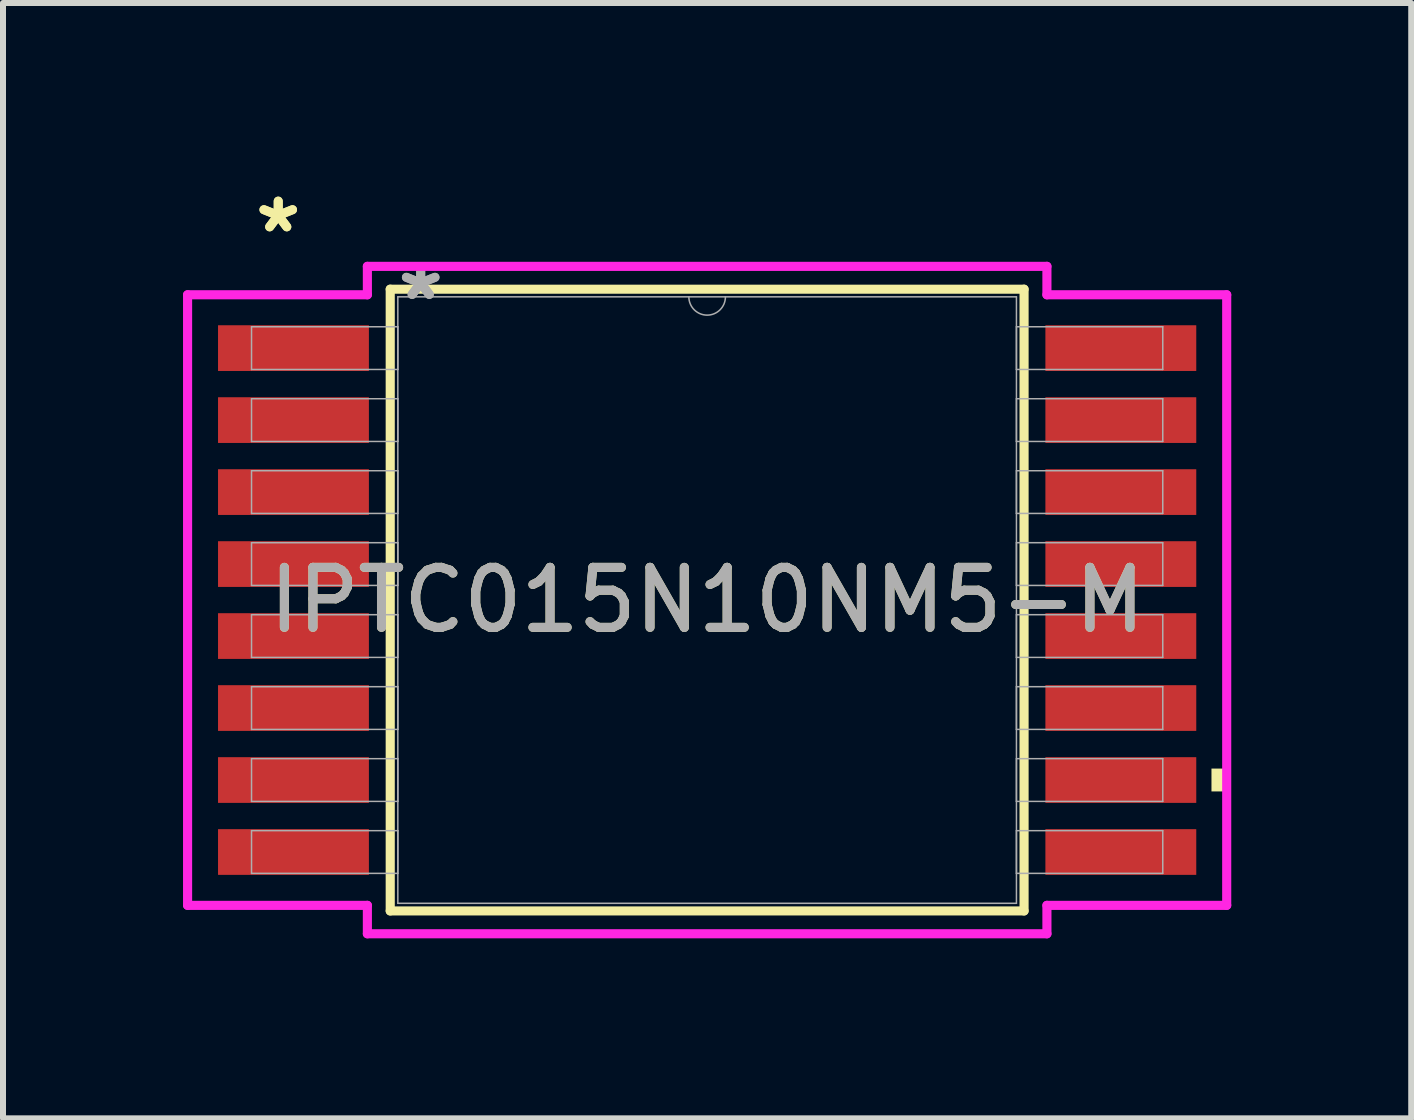
<source format=kicad_pcb>
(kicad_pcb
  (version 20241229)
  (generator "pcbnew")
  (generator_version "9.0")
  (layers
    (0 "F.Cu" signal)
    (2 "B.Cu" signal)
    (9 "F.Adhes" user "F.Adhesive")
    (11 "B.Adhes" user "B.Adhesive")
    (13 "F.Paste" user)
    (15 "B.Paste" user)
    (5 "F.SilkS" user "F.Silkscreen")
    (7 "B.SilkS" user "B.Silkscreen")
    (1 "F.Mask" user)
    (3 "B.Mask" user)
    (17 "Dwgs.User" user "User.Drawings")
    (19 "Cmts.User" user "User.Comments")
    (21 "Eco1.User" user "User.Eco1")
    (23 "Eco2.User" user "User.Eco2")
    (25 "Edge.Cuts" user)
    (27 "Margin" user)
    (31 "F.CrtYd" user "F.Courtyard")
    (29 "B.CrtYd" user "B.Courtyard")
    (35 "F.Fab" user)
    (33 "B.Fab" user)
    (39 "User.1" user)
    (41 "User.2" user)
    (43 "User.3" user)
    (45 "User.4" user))
  (footprint "IPTC015N10NM5-M"
    (layer "F.Cu")
    (at 8.738 6.953)
    (property "Reference" "IPTC015N10NM5-M" (at 0 0 0) (unlocked yes) (layer "F.SilkS") (effects (font (size 1 1) (thickness 0.15))))
    (attr smd)
    (fp_line (start -5.283 -5.182) (end -5.283 5.182) (stroke (width 0.152) (type solid)) (layer "F.SilkS"))
    (fp_line (start -5.283 5.182) (end 5.283 5.182) (stroke (width 0.152) (type solid)) (layer "F.SilkS"))
    (fp_line (start 5.283 -5.182) (end -5.283 -5.182) (stroke (width 0.152) (type solid)) (layer "F.SilkS"))
    (fp_line (start 5.283 5.182) (end 5.283 -5.182) (stroke (width 0.152) (type solid)) (layer "F.SilkS"))
    (fp_poly (pts (xy 8.661 2.809) (xy 8.661 3.19) (xy 8.407 3.19) (xy 8.407 2.809)) (stroke (width 0) (type solid)) (fill yes) (layer "F.SilkS"))
    (fp_line (start -8.661 -5.089) (end -5.664 -5.089) (stroke (width 0.152) (type solid)) (layer "F.CrtYd"))
    (fp_line (start -8.661 5.089) (end -8.661 -5.089) (stroke (width 0.152) (type solid)) (layer "F.CrtYd"))
    (fp_line (start -8.661 5.089) (end -5.664 5.089) (stroke (width 0.152) (type solid)) (layer "F.CrtYd"))
    (fp_line (start -5.664 -5.563) (end 5.664 -5.563) (stroke (width 0.152) (type solid)) (layer "F.CrtYd"))
    (fp_line (start -5.664 -5.089) (end -5.664 -5.563) (stroke (width 0.152) (type solid)) (layer "F.CrtYd"))
    (fp_line (start -5.664 5.563) (end -5.664 5.089) (stroke (width 0.152) (type solid)) (layer "F.CrtYd"))
    (fp_line (start 5.664 -5.563) (end 5.664 -5.089) (stroke (width 0.152) (type solid)) (layer "F.CrtYd"))
    (fp_line (start 5.664 5.089) (end 5.664 5.563) (stroke (width 0.152) (type solid)) (layer "F.CrtYd"))
    (fp_line (start 5.664 5.563) (end -5.664 5.563) (stroke (width 0.152) (type solid)) (layer "F.CrtYd"))
    (fp_line (start 8.661 -5.089) (end 5.664 -5.089) (stroke (width 0.152) (type solid)) (layer "F.CrtYd"))
    (fp_line (start 8.661 -5.089) (end 8.661 5.089) (stroke (width 0.152) (type solid)) (layer "F.CrtYd"))
    (fp_line (start 8.661 5.089) (end 5.664 5.089) (stroke (width 0.152) (type solid)) (layer "F.CrtYd"))
    (fp_line (start -7.595 -4.556) (end -7.595 -3.844) (stroke (width 0.025) (type solid)) (layer "F.Fab"))
    (fp_line (start -7.595 -3.844) (end -5.156 -3.844) (stroke (width 0.025) (type solid)) (layer "F.Fab"))
    (fp_line (start -7.595 -3.356) (end -7.595 -2.644) (stroke (width 0.025) (type solid)) (layer "F.Fab"))
    (fp_line (start -7.595 -2.644) (end -5.156 -2.644) (stroke (width 0.025) (type solid)) (layer "F.Fab"))
    (fp_line (start -7.595 -2.156) (end -7.595 -1.444) (stroke (width 0.025) (type solid)) (layer "F.Fab"))
    (fp_line (start -7.595 -1.444) (end -5.156 -1.444) (stroke (width 0.025) (type solid)) (layer "F.Fab"))
    (fp_line (start -7.595 -0.956) (end -7.595 -0.244) (stroke (width 0.025) (type solid)) (layer "F.Fab"))
    (fp_line (start -7.595 -0.244) (end -5.156 -0.244) (stroke (width 0.025) (type solid)) (layer "F.Fab"))
    (fp_line (start -7.595 0.244) (end -7.595 0.956) (stroke (width 0.025) (type solid)) (layer "F.Fab"))
    (fp_line (start -7.595 0.956) (end -5.156 0.956) (stroke (width 0.025) (type solid)) (layer "F.Fab"))
    (fp_line (start -7.595 1.444) (end -7.595 2.156) (stroke (width 0.025) (type solid)) (layer "F.Fab"))
    (fp_line (start -7.595 2.156) (end -5.156 2.156) (stroke (width 0.025) (type solid)) (layer "F.Fab"))
    (fp_line (start -7.595 2.644) (end -7.595 3.356) (stroke (width 0.025) (type solid)) (layer "F.Fab"))
    (fp_line (start -7.595 3.356) (end -5.156 3.356) (stroke (width 0.025) (type solid)) (layer "F.Fab"))
    (fp_line (start -7.595 3.844) (end -7.595 4.556) (stroke (width 0.025) (type solid)) (layer "F.Fab"))
    (fp_line (start -7.595 4.556) (end -5.156 4.556) (stroke (width 0.025) (type solid)) (layer "F.Fab"))
    (fp_line (start -5.156 -5.055) (end -5.156 5.055) (stroke (width 0.025) (type solid)) (layer "F.Fab"))
    (fp_line (start -5.156 -4.556) (end -7.595 -4.556) (stroke (width 0.025) (type solid)) (layer "F.Fab"))
    (fp_line (start -5.156 -3.844) (end -5.156 -4.556) (stroke (width 0.025) (type solid)) (layer "F.Fab"))
    (fp_line (start -5.156 -3.356) (end -7.595 -3.356) (stroke (width 0.025) (type solid)) (layer "F.Fab"))
    (fp_line (start -5.156 -2.644) (end -5.156 -3.356) (stroke (width 0.025) (type solid)) (layer "F.Fab"))
    (fp_line (start -5.156 -2.156) (end -7.595 -2.156) (stroke (width 0.025) (type solid)) (layer "F.Fab"))
    (fp_line (start -5.156 -1.444) (end -5.156 -2.156) (stroke (width 0.025) (type solid)) (layer "F.Fab"))
    (fp_line (start -5.156 -0.956) (end -7.595 -0.956) (stroke (width 0.025) (type solid)) (layer "F.Fab"))
    (fp_line (start -5.156 -0.244) (end -5.156 -0.956) (stroke (width 0.025) (type solid)) (layer "F.Fab"))
    (fp_line (start -5.156 0.244) (end -7.595 0.244) (stroke (width 0.025) (type solid)) (layer "F.Fab"))
    (fp_line (start -5.156 0.956) (end -5.156 0.244) (stroke (width 0.025) (type solid)) (layer "F.Fab"))
    (fp_line (start -5.156 1.444) (end -7.595 1.444) (stroke (width 0.025) (type solid)) (layer "F.Fab"))
    (fp_line (start -5.156 2.156) (end -5.156 1.444) (stroke (width 0.025) (type solid)) (layer "F.Fab"))
    (fp_line (start -5.156 2.644) (end -7.595 2.644) (stroke (width 0.025) (type solid)) (layer "F.Fab"))
    (fp_line (start -5.156 3.356) (end -5.156 2.644) (stroke (width 0.025) (type solid)) (layer "F.Fab"))
    (fp_line (start -5.156 3.844) (end -7.595 3.844) (stroke (width 0.025) (type solid)) (layer "F.Fab"))
    (fp_line (start -5.156 4.556) (end -5.156 3.844) (stroke (width 0.025) (type solid)) (layer "F.Fab"))
    (fp_line (start -5.156 5.055) (end 5.156 5.055) (stroke (width 0.025) (type solid)) (layer "F.Fab"))
    (fp_line (start 5.156 -5.055) (end -5.156 -5.055) (stroke (width 0.025) (type solid)) (layer "F.Fab"))
    (fp_line (start 5.156 -4.556) (end 5.156 -3.844) (stroke (width 0.025) (type solid)) (layer "F.Fab"))
    (fp_line (start 5.156 -3.844) (end 7.595 -3.844) (stroke (width 0.025) (type solid)) (layer "F.Fab"))
    (fp_line (start 5.156 -3.356) (end 5.156 -2.644) (stroke (width 0.025) (type solid)) (layer "F.Fab"))
    (fp_line (start 5.156 -2.644) (end 7.595 -2.644) (stroke (width 0.025) (type solid)) (layer "F.Fab"))
    (fp_line (start 5.156 -2.156) (end 5.156 -1.444) (stroke (width 0.025) (type solid)) (layer "F.Fab"))
    (fp_line (start 5.156 -1.444) (end 7.595 -1.444) (stroke (width 0.025) (type solid)) (layer "F.Fab"))
    (fp_line (start 5.156 -0.956) (end 5.156 -0.244) (stroke (width 0.025) (type solid)) (layer "F.Fab"))
    (fp_line (start 5.156 -0.244) (end 7.595 -0.244) (stroke (width 0.025) (type solid)) (layer "F.Fab"))
    (fp_line (start 5.156 0.244) (end 5.156 0.956) (stroke (width 0.025) (type solid)) (layer "F.Fab"))
    (fp_line (start 5.156 0.956) (end 7.595 0.956) (stroke (width 0.025) (type solid)) (layer "F.Fab"))
    (fp_line (start 5.156 1.444) (end 5.156 2.156) (stroke (width 0.025) (type solid)) (layer "F.Fab"))
    (fp_line (start 5.156 2.156) (end 7.595 2.156) (stroke (width 0.025) (type solid)) (layer "F.Fab"))
    (fp_line (start 5.156 2.644) (end 5.156 3.356) (stroke (width 0.025) (type solid)) (layer "F.Fab"))
    (fp_line (start 5.156 3.356) (end 7.595 3.356) (stroke (width 0.025) (type solid)) (layer "F.Fab"))
    (fp_line (start 5.156 3.844) (end 5.156 4.556) (stroke (width 0.025) (type solid)) (layer "F.Fab"))
    (fp_line (start 5.156 4.556) (end 7.595 4.556) (stroke (width 0.025) (type solid)) (layer "F.Fab"))
    (fp_line (start 5.156 5.055) (end 5.156 -5.055) (stroke (width 0.025) (type solid)) (layer "F.Fab"))
    (fp_line (start 7.595 -4.556) (end 5.156 -4.556) (stroke (width 0.025) (type solid)) (layer "F.Fab"))
    (fp_line (start 7.595 -3.844) (end 7.595 -4.556) (stroke (width 0.025) (type solid)) (layer "F.Fab"))
    (fp_line (start 7.595 -3.356) (end 5.156 -3.356) (stroke (width 0.025) (type solid)) (layer "F.Fab"))
    (fp_line (start 7.595 -2.644) (end 7.595 -3.356) (stroke (width 0.025) (type solid)) (layer "F.Fab"))
    (fp_line (start 7.595 -2.156) (end 5.156 -2.156) (stroke (width 0.025) (type solid)) (layer "F.Fab"))
    (fp_line (start 7.595 -1.444) (end 7.595 -2.156) (stroke (width 0.025) (type solid)) (layer "F.Fab"))
    (fp_line (start 7.595 -0.956) (end 5.156 -0.956) (stroke (width 0.025) (type solid)) (layer "F.Fab"))
    (fp_line (start 7.595 -0.244) (end 7.595 -0.956) (stroke (width 0.025) (type solid)) (layer "F.Fab"))
    (fp_line (start 7.595 0.244) (end 5.156 0.244) (stroke (width 0.025) (type solid)) (layer "F.Fab"))
    (fp_line (start 7.595 0.956) (end 7.595 0.244) (stroke (width 0.025) (type solid)) (layer "F.Fab"))
    (fp_line (start 7.595 1.444) (end 5.156 1.444) (stroke (width 0.025) (type solid)) (layer "F.Fab"))
    (fp_line (start 7.595 2.156) (end 7.595 1.444) (stroke (width 0.025) (type solid)) (layer "F.Fab"))
    (fp_line (start 7.595 2.644) (end 5.156 2.644) (stroke (width 0.025) (type solid)) (layer "F.Fab"))
    (fp_line (start 7.595 3.356) (end 7.595 2.644) (stroke (width 0.025) (type solid)) (layer "F.Fab"))
    (fp_line (start 7.595 3.844) (end 5.156 3.844) (stroke (width 0.025) (type solid)) (layer "F.Fab"))
    (fp_line (start 7.595 4.556) (end 7.595 3.844) (stroke (width 0.025) (type solid)) (layer "F.Fab"))
    (fp_arc (start 0.3048 -5.0546) (mid 0 -4.7498) (end -0.3048 -5.0546) (stroke (width 0.0254) (type solid)) (layer "F.Fab"))
    (fp_text user "*" (at -7.15 -6.105 0) (unlocked yes) (layer "F.SilkS") (effects (font (size 1 1) (thickness 0.15))))
    (fp_text user "*" (at -7.15 -6.105 0) (layer "F.SilkS") (effects (font (size 1 1) (thickness 0.15))))
    (fp_text user "${REFERENCE}" (at 0 0 0) (unlocked yes) (layer "F.Fab") (effects (font (size 1 1) (thickness 0.15))))
    (fp_text user "*" (at -4.775 -4.978 0) (layer "F.Fab") (effects (font (size 1 1) (thickness 0.15))))
    (fp_text user "*" (at -4.775 -4.978 0) (unlocked yes) (layer "F.Fab") (effects (font (size 1 1) (thickness 0.15))))
    (pad "1" smd rect (at -6.896 -4.2) (size 2.515 0.762) (layers "F.Cu" "F.Mask" "F.Paste"))
    (pad "2" smd rect (at -6.896 -3) (size 2.515 0.762) (layers "F.Cu" "F.Mask" "F.Paste"))
    (pad "3" smd rect (at -6.896 -1.8) (size 2.515 0.762) (layers "F.Cu" "F.Mask" "F.Paste"))
    (pad "4" smd rect (at -6.896 -0.6) (size 2.515 0.762) (layers "F.Cu" "F.Mask" "F.Paste"))
    (pad "5" smd rect (at -6.896 0.6) (size 2.515 0.762) (layers "F.Cu" "F.Mask" "F.Paste"))
    (pad "6" smd rect (at -6.896 1.8) (size 2.515 0.762) (layers "F.Cu" "F.Mask" "F.Paste"))
    (pad "7" smd rect (at -6.896 3) (size 2.515 0.762) (layers "F.Cu" "F.Mask" "F.Paste"))
    (pad "8" smd rect (at -6.896 4.2) (size 2.515 0.762) (layers "F.Cu" "F.Mask" "F.Paste"))
    (pad "9" smd rect (at 6.896 4.2) (size 2.515 0.762) (layers "F.Cu" "F.Mask" "F.Paste"))
    (pad "10" smd rect (at 6.896 3) (size 2.515 0.762) (layers "F.Cu" "F.Mask" "F.Paste"))
    (pad "11" smd rect (at 6.896 1.8) (size 2.515 0.762) (layers "F.Cu" "F.Mask" "F.Paste"))
    (pad "12" smd rect (at 6.896 0.6) (size 2.515 0.762) (layers "F.Cu" "F.Mask" "F.Paste"))
    (pad "13" smd rect (at 6.896 -0.6) (size 2.515 0.762) (layers "F.Cu" "F.Mask" "F.Paste"))
    (pad "14" smd rect (at 6.896 -1.8) (size 2.515 0.762) (layers "F.Cu" "F.Mask" "F.Paste"))
    (pad "15" smd rect (at 6.896 -3) (size 2.515 0.762) (layers "F.Cu" "F.Mask" "F.Paste"))
    (pad "16" smd rect (at 6.896 -4.2) (size 2.515 0.762) (layers "F.Cu" "F.Mask" "F.Paste")))
  (gr_rect
    (start -3 -3)
    (end 20.475 15.592)
    (stroke (width 0.1) (type default))
    (fill no)
    (layer "Edge.Cuts")))
</source>
